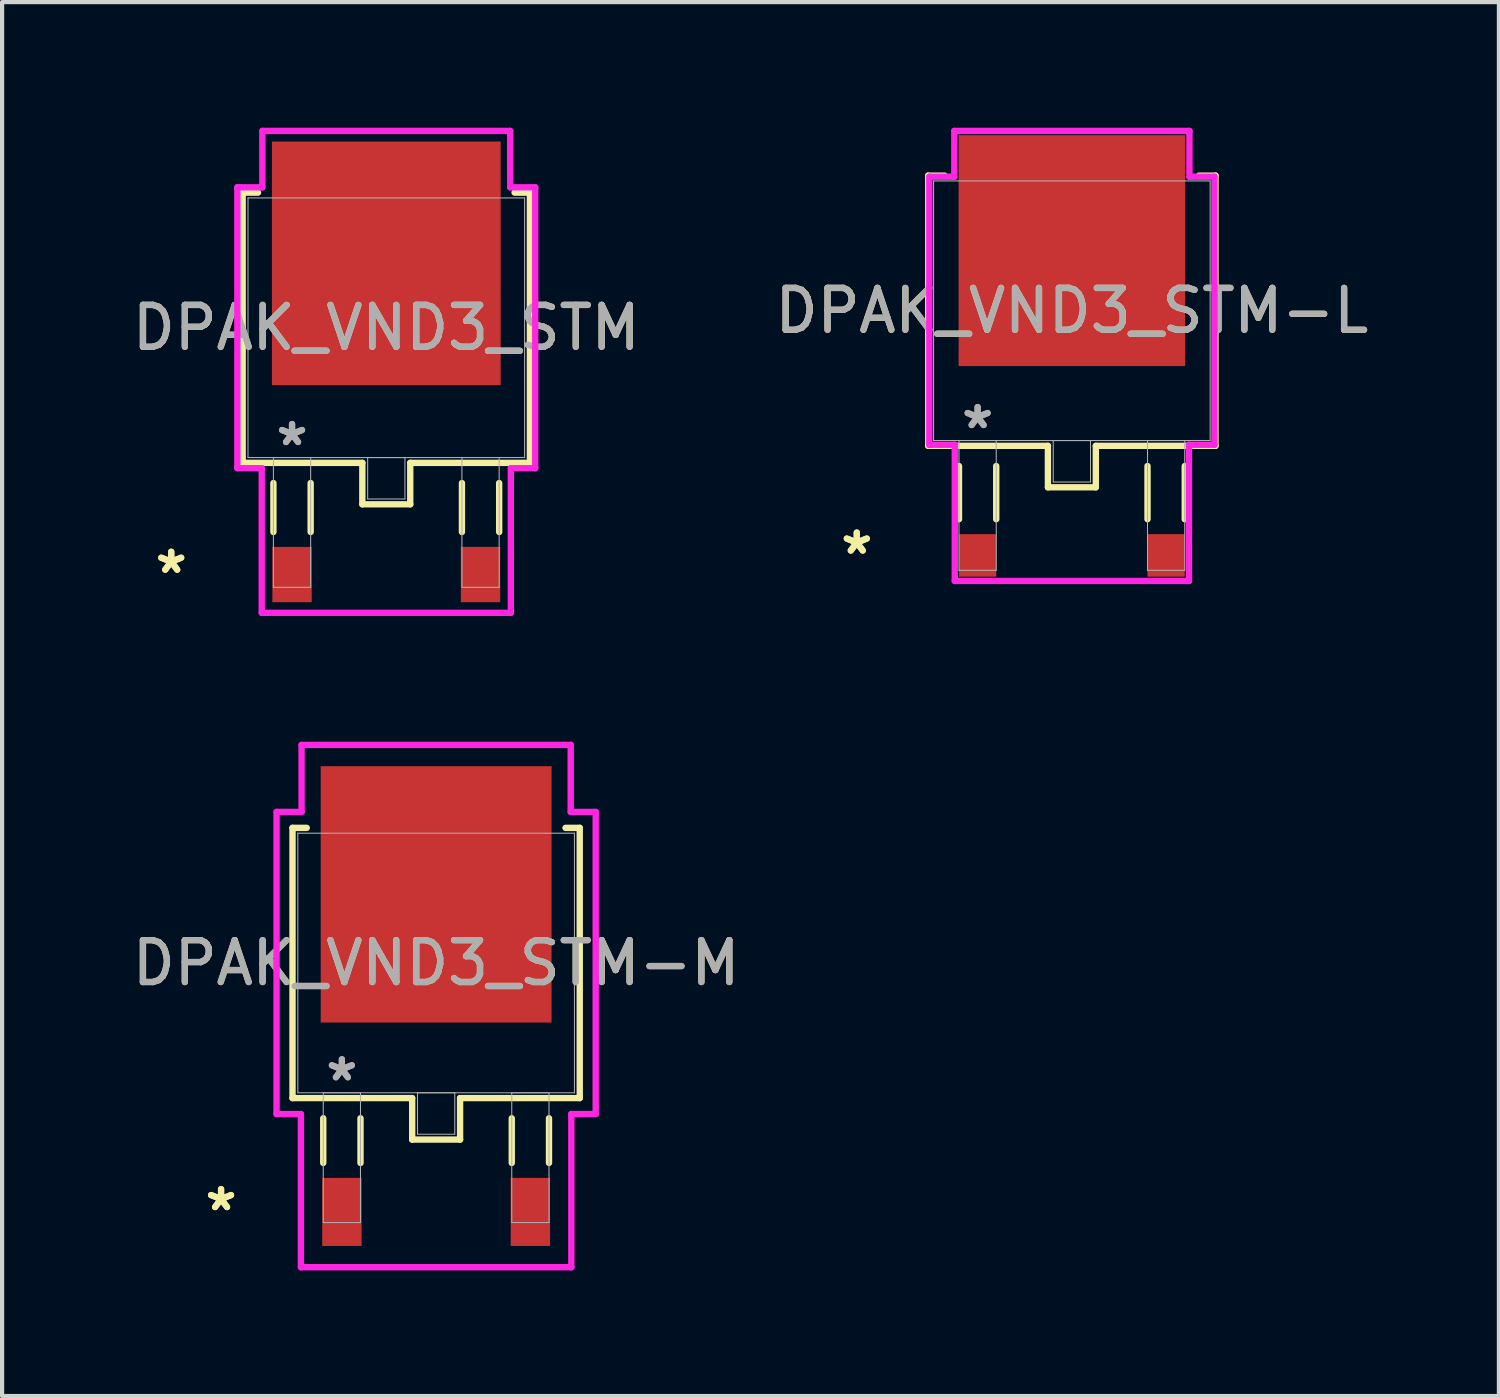
<source format=kicad_pcb>
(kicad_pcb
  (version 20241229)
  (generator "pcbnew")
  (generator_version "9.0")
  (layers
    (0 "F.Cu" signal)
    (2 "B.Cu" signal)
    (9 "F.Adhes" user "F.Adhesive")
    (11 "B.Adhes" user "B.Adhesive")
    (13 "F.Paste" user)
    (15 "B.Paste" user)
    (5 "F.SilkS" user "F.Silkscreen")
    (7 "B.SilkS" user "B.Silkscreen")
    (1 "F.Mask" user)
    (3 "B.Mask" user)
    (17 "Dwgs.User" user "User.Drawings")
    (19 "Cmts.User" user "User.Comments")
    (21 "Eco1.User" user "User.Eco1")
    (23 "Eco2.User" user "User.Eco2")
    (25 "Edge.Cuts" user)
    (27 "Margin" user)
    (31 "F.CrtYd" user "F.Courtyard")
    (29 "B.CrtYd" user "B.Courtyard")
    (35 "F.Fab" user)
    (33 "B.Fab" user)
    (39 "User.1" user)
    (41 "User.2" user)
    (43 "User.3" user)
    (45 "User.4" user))
  (footprint "DPAK_VND3_STM"
    (layer "F.Cu")
    (at 6.173 4.775)
    (property "Reference" "DPAK_VND3_STM" (at 0 0 0) (unlocked yes) (layer "F.SilkS") (effects (font (size 1 1) (thickness 0.15))))
    (attr smd)
    (fp_line (start -3.429 -3.226) (end -3.429 3.226) (stroke (width 0.152) (type solid)) (layer "F.SilkS"))
    (fp_line (start -3.429 3.226) (end -0.572 3.226) (stroke (width 0.152) (type solid)) (layer "F.SilkS"))
    (fp_line (start -3.063 -3.226) (end -3.429 -3.226) (stroke (width 0.152) (type solid)) (layer "F.SilkS"))
    (fp_line (start -2.695 3.708) (end -2.695 4.877) (stroke (width 0.152) (type solid)) (layer "F.SilkS"))
    (fp_line (start -1.806 3.708) (end -1.806 4.877) (stroke (width 0.152) (type solid)) (layer "F.SilkS"))
    (fp_line (start -0.572 3.226) (end -0.572 4.216) (stroke (width 0.152) (type solid)) (layer "F.SilkS"))
    (fp_line (start -0.572 4.216) (end 0.572 4.216) (stroke (width 0.152) (type solid)) (layer "F.SilkS"))
    (fp_line (start 0.572 3.226) (end 3.429 3.226) (stroke (width 0.152) (type solid)) (layer "F.SilkS"))
    (fp_line (start 0.572 4.216) (end 0.572 3.226) (stroke (width 0.152) (type solid)) (layer "F.SilkS"))
    (fp_line (start 1.806 3.708) (end 1.806 4.877) (stroke (width 0.152) (type solid)) (layer "F.SilkS"))
    (fp_line (start 2.695 3.708) (end 2.695 4.877) (stroke (width 0.152) (type solid)) (layer "F.SilkS"))
    (fp_line (start 3.429 -3.226) (end 3.063 -3.226) (stroke (width 0.152) (type solid)) (layer "F.SilkS"))
    (fp_line (start 3.429 3.226) (end 3.429 -3.226) (stroke (width 0.152) (type solid)) (layer "F.SilkS"))
    (fp_line (start -3.556 -3.353) (end -2.959 -3.353) (stroke (width 0.152) (type solid)) (layer "F.CrtYd"))
    (fp_line (start -3.556 3.353) (end -3.556 -3.353) (stroke (width 0.152) (type solid)) (layer "F.CrtYd"))
    (fp_line (start -2.974 3.353) (end -3.556 3.353) (stroke (width 0.152) (type solid)) (layer "F.CrtYd"))
    (fp_line (start -2.974 6.807) (end -2.974 3.353) (stroke (width 0.152) (type solid)) (layer "F.CrtYd"))
    (fp_line (start -2.959 -4.699) (end 2.959 -4.699) (stroke (width 0.152) (type solid)) (layer "F.CrtYd"))
    (fp_line (start -2.959 -3.353) (end -2.959 -4.699) (stroke (width 0.152) (type solid)) (layer "F.CrtYd"))
    (fp_line (start 2.959 -4.699) (end 2.959 -3.353) (stroke (width 0.152) (type solid)) (layer "F.CrtYd"))
    (fp_line (start 2.959 -3.353) (end 3.556 -3.353) (stroke (width 0.152) (type solid)) (layer "F.CrtYd"))
    (fp_line (start 2.974 3.353) (end 2.974 6.807) (stroke (width 0.152) (type solid)) (layer "F.CrtYd"))
    (fp_line (start 2.974 6.807) (end -2.974 6.807) (stroke (width 0.152) (type solid)) (layer "F.CrtYd"))
    (fp_line (start 3.556 -3.353) (end 3.556 3.353) (stroke (width 0.152) (type solid)) (layer "F.CrtYd"))
    (fp_line (start 3.556 3.353) (end 2.974 3.353) (stroke (width 0.152) (type solid)) (layer "F.CrtYd"))
    (fp_line (start -3.302 -3.099) (end -3.302 3.099) (stroke (width 0.025) (type solid)) (layer "F.Fab"))
    (fp_line (start -3.302 3.099) (end 3.302 3.099) (stroke (width 0.025) (type solid)) (layer "F.Fab"))
    (fp_line (start -2.695 3.099) (end -2.695 6.198) (stroke (width 0.025) (type solid)) (layer "F.Fab"))
    (fp_line (start -2.695 6.198) (end -1.806 6.198) (stroke (width 0.025) (type solid)) (layer "F.Fab"))
    (fp_line (start -1.806 3.099) (end -2.695 3.099) (stroke (width 0.025) (type solid)) (layer "F.Fab"))
    (fp_line (start -1.806 6.198) (end -1.806 3.099) (stroke (width 0.025) (type solid)) (layer "F.Fab"))
    (fp_line (start -0.445 3.099) (end -0.445 4.089) (stroke (width 0.025) (type solid)) (layer "F.Fab"))
    (fp_line (start -0.445 4.089) (end 0.445 4.089) (stroke (width 0.025) (type solid)) (layer "F.Fab"))
    (fp_line (start 0.445 3.099) (end -0.445 3.099) (stroke (width 0.025) (type solid)) (layer "F.Fab"))
    (fp_line (start 0.445 4.089) (end 0.445 3.099) (stroke (width 0.025) (type solid)) (layer "F.Fab"))
    (fp_line (start 1.806 3.099) (end 1.806 6.198) (stroke (width 0.025) (type solid)) (layer "F.Fab"))
    (fp_line (start 1.806 6.198) (end 2.695 6.198) (stroke (width 0.025) (type solid)) (layer "F.Fab"))
    (fp_line (start 2.695 3.099) (end 1.806 3.099) (stroke (width 0.025) (type solid)) (layer "F.Fab"))
    (fp_line (start 2.695 6.198) (end 2.695 3.099) (stroke (width 0.025) (type solid)) (layer "F.Fab"))
    (fp_line (start 3.302 -3.099) (end -3.302 -3.099) (stroke (width 0.025) (type solid)) (layer "F.Fab"))
    (fp_line (start 3.302 3.099) (end 3.302 -3.099) (stroke (width 0.025) (type solid)) (layer "F.Fab"))
    (fp_text user "*" (at -5.135 5.893 0) (unlocked yes) (layer "F.SilkS") (effects (font (size 1 1) (thickness 0.15))))
    (fp_text user "*" (at -5.135 5.893 0) (layer "F.SilkS") (effects (font (size 1 1) (thickness 0.15))))
    (fp_text user "${REFERENCE}" (at 0 0 0) (unlocked yes) (layer "F.Fab") (effects (font (size 1 1) (thickness 0.15))))
    (fp_text user "*" (at -2.25 2.845 0) (layer "F.Fab") (effects (font (size 1 1) (thickness 0.15))))
    (fp_text user "*" (at -2.25 2.845 0) (unlocked yes) (layer "F.Fab") (effects (font (size 1 1) (thickness 0.15))))
    (pad "1" smd rect (at -2.25 5.893) (size 0.94 1.321) (layers "F.Cu" "F.Mask" "F.Paste"))
    (pad "2" smd rect (at 0 -1.537) (size 5.461 5.817) (layers "F.Cu" "F.Mask" "F.Paste"))
    (pad "3" smd rect (at 2.25 5.893) (size 0.94 1.321) (layers "F.Cu" "F.Mask" "F.Paste")))
  (footprint "DPAK_VND3_STM-L"
    (layer "F.Cu")
    (at 22.542 4.369)
    (property "Reference" "DPAK_VND3_STM-L" (at 0 0 0) (unlocked yes) (layer "F.SilkS") (effects (font (size 1 1) (thickness 0.15))))
    (attr smd)
    (fp_line (start -3.429 -3.226) (end -3.429 3.226) (stroke (width 0.152) (type solid)) (layer "F.SilkS"))
    (fp_line (start -3.429 3.226) (end -0.572 3.226) (stroke (width 0.152) (type solid)) (layer "F.SilkS"))
    (fp_line (start -3.038 -3.226) (end -3.429 -3.226) (stroke (width 0.152) (type solid)) (layer "F.SilkS"))
    (fp_line (start -2.695 3.708) (end -2.695 4.978) (stroke (width 0.152) (type solid)) (layer "F.SilkS"))
    (fp_line (start -1.806 3.708) (end -1.806 4.978) (stroke (width 0.152) (type solid)) (layer "F.SilkS"))
    (fp_line (start -0.572 3.226) (end -0.572 4.216) (stroke (width 0.152) (type solid)) (layer "F.SilkS"))
    (fp_line (start -0.572 4.216) (end 0.572 4.216) (stroke (width 0.152) (type solid)) (layer "F.SilkS"))
    (fp_line (start 0.572 3.226) (end 3.429 3.226) (stroke (width 0.152) (type solid)) (layer "F.SilkS"))
    (fp_line (start 0.572 4.216) (end 0.572 3.226) (stroke (width 0.152) (type solid)) (layer "F.SilkS"))
    (fp_line (start 1.806 3.708) (end 1.806 4.978) (stroke (width 0.152) (type solid)) (layer "F.SilkS"))
    (fp_line (start 2.695 3.708) (end 2.695 4.978) (stroke (width 0.152) (type solid)) (layer "F.SilkS"))
    (fp_line (start 3.429 -3.226) (end 3.038 -3.226) (stroke (width 0.152) (type solid)) (layer "F.SilkS"))
    (fp_line (start 3.429 3.226) (end 3.429 -3.226) (stroke (width 0.152) (type solid)) (layer "F.SilkS"))
    (fp_line (start -3.404 -3.2) (end -2.807 -3.2) (stroke (width 0.152) (type solid)) (layer "F.CrtYd"))
    (fp_line (start -3.404 3.2) (end -3.404 -3.2) (stroke (width 0.152) (type solid)) (layer "F.CrtYd"))
    (fp_line (start -2.807 -4.293) (end 2.807 -4.293) (stroke (width 0.152) (type solid)) (layer "F.CrtYd"))
    (fp_line (start -2.807 -3.2) (end -2.807 -4.293) (stroke (width 0.152) (type solid)) (layer "F.CrtYd"))
    (fp_line (start -2.796 3.2) (end -3.404 3.2) (stroke (width 0.152) (type solid)) (layer "F.CrtYd"))
    (fp_line (start -2.796 6.452) (end -2.796 3.2) (stroke (width 0.152) (type solid)) (layer "F.CrtYd"))
    (fp_line (start 2.796 3.2) (end 2.796 6.452) (stroke (width 0.152) (type solid)) (layer "F.CrtYd"))
    (fp_line (start 2.796 6.452) (end -2.796 6.452) (stroke (width 0.152) (type solid)) (layer "F.CrtYd"))
    (fp_line (start 2.807 -4.293) (end 2.807 -3.2) (stroke (width 0.152) (type solid)) (layer "F.CrtYd"))
    (fp_line (start 2.807 -3.2) (end 3.404 -3.2) (stroke (width 0.152) (type solid)) (layer "F.CrtYd"))
    (fp_line (start 3.404 -3.2) (end 3.404 3.2) (stroke (width 0.152) (type solid)) (layer "F.CrtYd"))
    (fp_line (start 3.404 3.2) (end 2.796 3.2) (stroke (width 0.152) (type solid)) (layer "F.CrtYd"))
    (fp_line (start -3.302 -3.099) (end -3.302 3.099) (stroke (width 0.025) (type solid)) (layer "F.Fab"))
    (fp_line (start -3.302 3.099) (end 3.302 3.099) (stroke (width 0.025) (type solid)) (layer "F.Fab"))
    (fp_line (start -2.695 3.099) (end -2.695 6.198) (stroke (width 0.025) (type solid)) (layer "F.Fab"))
    (fp_line (start -2.695 6.198) (end -1.806 6.198) (stroke (width 0.025) (type solid)) (layer "F.Fab"))
    (fp_line (start -1.806 3.099) (end -2.695 3.099) (stroke (width 0.025) (type solid)) (layer "F.Fab"))
    (fp_line (start -1.806 6.198) (end -1.806 3.099) (stroke (width 0.025) (type solid)) (layer "F.Fab"))
    (fp_line (start -0.445 3.099) (end -0.445 4.089) (stroke (width 0.025) (type solid)) (layer "F.Fab"))
    (fp_line (start -0.445 4.089) (end 0.445 4.089) (stroke (width 0.025) (type solid)) (layer "F.Fab"))
    (fp_line (start 0.445 3.099) (end -0.445 3.099) (stroke (width 0.025) (type solid)) (layer "F.Fab"))
    (fp_line (start 0.445 4.089) (end 0.445 3.099) (stroke (width 0.025) (type solid)) (layer "F.Fab"))
    (fp_line (start 1.806 3.099) (end 1.806 6.198) (stroke (width 0.025) (type solid)) (layer "F.Fab"))
    (fp_line (start 1.806 6.198) (end 2.695 6.198) (stroke (width 0.025) (type solid)) (layer "F.Fab"))
    (fp_line (start 2.695 3.099) (end 1.806 3.099) (stroke (width 0.025) (type solid)) (layer "F.Fab"))
    (fp_line (start 2.695 6.198) (end 2.695 3.099) (stroke (width 0.025) (type solid)) (layer "F.Fab"))
    (fp_line (start 3.302 -3.099) (end -3.302 -3.099) (stroke (width 0.025) (type solid)) (layer "F.Fab"))
    (fp_line (start 3.302 3.099) (end 3.302 -3.099) (stroke (width 0.025) (type solid)) (layer "F.Fab"))
    (fp_text user "*" (at -5.135 5.842 0) (layer "F.SilkS") (effects (font (size 1 1) (thickness 0.15))))
    (fp_text user "*" (at -5.135 5.842 0) (unlocked yes) (layer "F.SilkS") (effects (font (size 1 1) (thickness 0.15))))
    (fp_text user "*" (at -2.25 2.845 0) (unlocked yes) (layer "F.Fab") (effects (font (size 1 1) (thickness 0.15))))
    (fp_text user "*" (at -2.25 2.845 0) (layer "F.Fab") (effects (font (size 1 1) (thickness 0.15))))
    (fp_text user "${REFERENCE}" (at 0 0 0) (unlocked yes) (layer "F.Fab") (effects (font (size 1 1) (thickness 0.15))))
    (pad "1" smd rect (at -2.25 5.842) (size 0.889 1.016) (layers "F.Cu" "F.Mask" "F.Paste"))
    (pad "2" smd rect (at 0 -1.435) (size 5.41 5.512) (layers "F.Cu" "F.Mask" "F.Paste"))
    (pad "3" smd rect (at 2.25 5.842) (size 0.889 1.016) (layers "F.Cu" "F.Mask" "F.Paste")))
  (footprint "DPAK_VND3_STM-M"
    (layer "F.Cu")
    (at 7.363 19.942)
    (property "Reference" "DPAK_VND3_STM-M" (at 0 0 0) (unlocked yes) (layer "F.SilkS") (effects (font (size 1 1) (thickness 0.15))))
    (attr smd)
    (fp_line (start -3.429 -3.226) (end -3.429 3.226) (stroke (width 0.152) (type solid)) (layer "F.SilkS"))
    (fp_line (start -3.429 3.226) (end -0.572 3.226) (stroke (width 0.152) (type solid)) (layer "F.SilkS"))
    (fp_line (start -3.089 -3.226) (end -3.429 -3.226) (stroke (width 0.152) (type solid)) (layer "F.SilkS"))
    (fp_line (start -2.695 3.708) (end -2.695 4.775) (stroke (width 0.152) (type solid)) (layer "F.SilkS"))
    (fp_line (start -1.806 3.708) (end -1.806 4.775) (stroke (width 0.152) (type solid)) (layer "F.SilkS"))
    (fp_line (start -0.572 3.226) (end -0.572 4.216) (stroke (width 0.152) (type solid)) (layer "F.SilkS"))
    (fp_line (start -0.572 4.216) (end 0.572 4.216) (stroke (width 0.152) (type solid)) (layer "F.SilkS"))
    (fp_line (start 0.572 3.226) (end 3.429 3.226) (stroke (width 0.152) (type solid)) (layer "F.SilkS"))
    (fp_line (start 0.572 4.216) (end 0.572 3.226) (stroke (width 0.152) (type solid)) (layer "F.SilkS"))
    (fp_line (start 1.806 3.708) (end 1.806 4.775) (stroke (width 0.152) (type solid)) (layer "F.SilkS"))
    (fp_line (start 2.695 3.708) (end 2.695 4.775) (stroke (width 0.152) (type solid)) (layer "F.SilkS"))
    (fp_line (start 3.429 -3.226) (end 3.089 -3.226) (stroke (width 0.152) (type solid)) (layer "F.SilkS"))
    (fp_line (start 3.429 3.226) (end 3.429 -3.226) (stroke (width 0.152) (type solid)) (layer "F.SilkS"))
    (fp_line (start -3.81 -3.607) (end -3.213 -3.607) (stroke (width 0.152) (type solid)) (layer "F.CrtYd"))
    (fp_line (start -3.81 3.607) (end -3.81 -3.607) (stroke (width 0.152) (type solid)) (layer "F.CrtYd"))
    (fp_line (start -3.228 3.607) (end -3.81 3.607) (stroke (width 0.152) (type solid)) (layer "F.CrtYd"))
    (fp_line (start -3.228 7.264) (end -3.228 3.607) (stroke (width 0.152) (type solid)) (layer "F.CrtYd"))
    (fp_line (start -3.213 -5.207) (end 3.213 -5.207) (stroke (width 0.152) (type solid)) (layer "F.CrtYd"))
    (fp_line (start -3.213 -3.607) (end -3.213 -5.207) (stroke (width 0.152) (type solid)) (layer "F.CrtYd"))
    (fp_line (start 3.213 -5.207) (end 3.213 -3.607) (stroke (width 0.152) (type solid)) (layer "F.CrtYd"))
    (fp_line (start 3.213 -3.607) (end 3.81 -3.607) (stroke (width 0.152) (type solid)) (layer "F.CrtYd"))
    (fp_line (start 3.228 3.607) (end 3.228 7.264) (stroke (width 0.152) (type solid)) (layer "F.CrtYd"))
    (fp_line (start 3.228 7.264) (end -3.228 7.264) (stroke (width 0.152) (type solid)) (layer "F.CrtYd"))
    (fp_line (start 3.81 -3.607) (end 3.81 3.607) (stroke (width 0.152) (type solid)) (layer "F.CrtYd"))
    (fp_line (start 3.81 3.607) (end 3.228 3.607) (stroke (width 0.152) (type solid)) (layer "F.CrtYd"))
    (fp_line (start -3.302 -3.099) (end -3.302 3.099) (stroke (width 0.025) (type solid)) (layer "F.Fab"))
    (fp_line (start -3.302 3.099) (end 3.302 3.099) (stroke (width 0.025) (type solid)) (layer "F.Fab"))
    (fp_line (start -2.695 3.099) (end -2.695 6.198) (stroke (width 0.025) (type solid)) (layer "F.Fab"))
    (fp_line (start -2.695 6.198) (end -1.806 6.198) (stroke (width 0.025) (type solid)) (layer "F.Fab"))
    (fp_line (start -1.806 3.099) (end -2.695 3.099) (stroke (width 0.025) (type solid)) (layer "F.Fab"))
    (fp_line (start -1.806 6.198) (end -1.806 3.099) (stroke (width 0.025) (type solid)) (layer "F.Fab"))
    (fp_line (start -0.445 3.099) (end -0.445 4.089) (stroke (width 0.025) (type solid)) (layer "F.Fab"))
    (fp_line (start -0.445 4.089) (end 0.445 4.089) (stroke (width 0.025) (type solid)) (layer "F.Fab"))
    (fp_line (start 0.445 3.099) (end -0.445 3.099) (stroke (width 0.025) (type solid)) (layer "F.Fab"))
    (fp_line (start 0.445 4.089) (end 0.445 3.099) (stroke (width 0.025) (type solid)) (layer "F.Fab"))
    (fp_line (start 1.806 3.099) (end 1.806 6.198) (stroke (width 0.025) (type solid)) (layer "F.Fab"))
    (fp_line (start 1.806 6.198) (end 2.695 6.198) (stroke (width 0.025) (type solid)) (layer "F.Fab"))
    (fp_line (start 2.695 3.099) (end 1.806 3.099) (stroke (width 0.025) (type solid)) (layer "F.Fab"))
    (fp_line (start 2.695 6.198) (end 2.695 3.099) (stroke (width 0.025) (type solid)) (layer "F.Fab"))
    (fp_line (start 3.302 -3.099) (end -3.302 -3.099) (stroke (width 0.025) (type solid)) (layer "F.Fab"))
    (fp_line (start 3.302 3.099) (end 3.302 -3.099) (stroke (width 0.025) (type solid)) (layer "F.Fab"))
    (fp_text user "*" (at -5.135 5.944 0) (layer "F.SilkS") (effects (font (size 1 1) (thickness 0.15))))
    (fp_text user "*" (at -5.135 5.944 0) (unlocked yes) (layer "F.SilkS") (effects (font (size 1 1) (thickness 0.15))))
    (fp_text user "${REFERENCE}" (at 0 0 0) (unlocked yes) (layer "F.Fab") (effects (font (size 1 1) (thickness 0.15))))
    (fp_text user "*" (at -2.25 2.845 0) (unlocked yes) (layer "F.Fab") (effects (font (size 1 1) (thickness 0.15))))
    (fp_text user "*" (at -2.25 2.845 0) (layer "F.Fab") (effects (font (size 1 1) (thickness 0.15))))
    (pad "1" smd rect (at -2.25 5.944) (size 0.94 1.626) (layers "F.Cu" "F.Mask" "F.Paste"))
    (pad "2" smd rect (at 0 -1.638) (size 5.512 6.121) (layers "F.Cu" "F.Mask" "F.Paste"))
    (pad "3" smd rect (at 2.25 5.944) (size 0.94 1.626) (layers "F.Cu" "F.Mask" "F.Paste")))
  (gr_rect
    (start -3 -3)
    (end 32.738 30.282)
    (stroke (width 0.1) (type default))
    (fill no)
    (layer "Edge.Cuts")))
</source>
